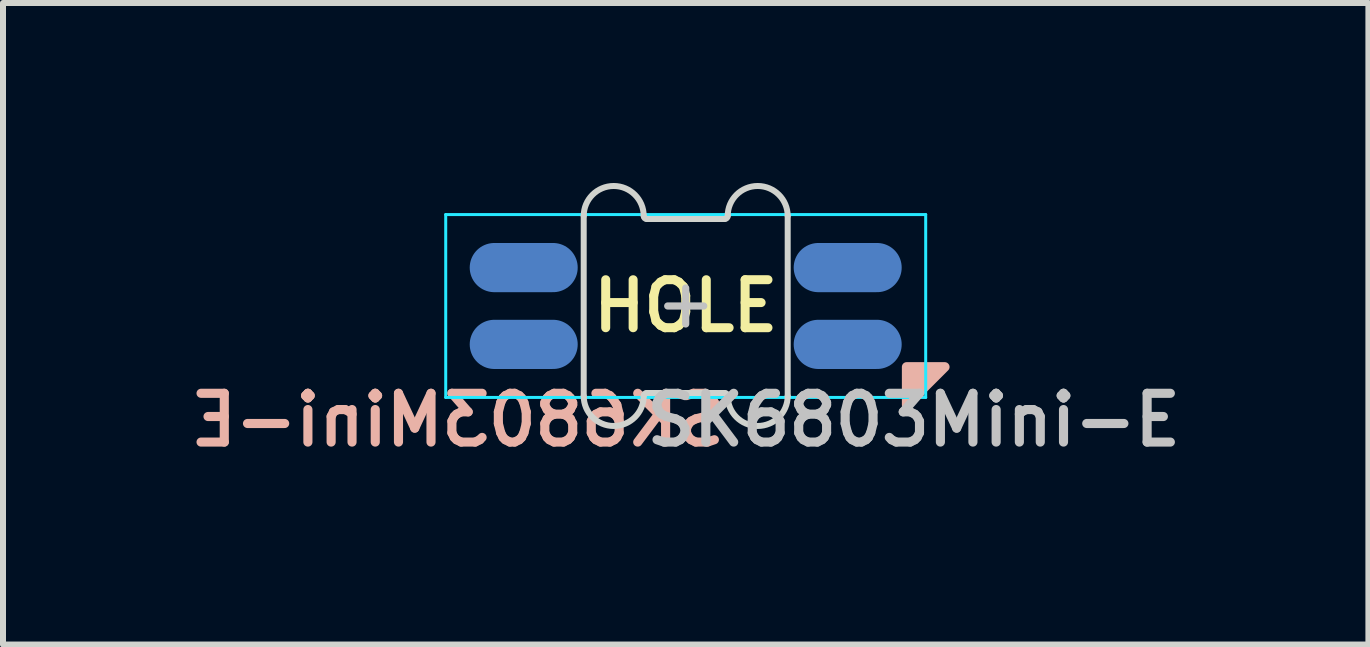
<source format=kicad_pcb>
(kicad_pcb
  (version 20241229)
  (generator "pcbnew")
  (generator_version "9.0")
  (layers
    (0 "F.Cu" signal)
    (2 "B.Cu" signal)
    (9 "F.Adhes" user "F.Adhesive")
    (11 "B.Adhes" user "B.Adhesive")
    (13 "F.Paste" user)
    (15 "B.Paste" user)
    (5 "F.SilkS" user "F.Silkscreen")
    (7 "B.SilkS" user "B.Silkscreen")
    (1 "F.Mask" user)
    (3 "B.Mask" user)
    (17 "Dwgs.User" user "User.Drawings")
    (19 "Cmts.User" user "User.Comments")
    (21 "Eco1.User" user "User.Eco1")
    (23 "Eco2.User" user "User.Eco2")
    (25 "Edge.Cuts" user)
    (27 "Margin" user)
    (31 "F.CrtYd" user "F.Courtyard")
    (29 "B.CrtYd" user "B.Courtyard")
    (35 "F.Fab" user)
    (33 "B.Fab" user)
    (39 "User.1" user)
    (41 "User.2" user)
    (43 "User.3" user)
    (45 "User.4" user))
  (footprint "SK6803Mini-E"
    (layer "F.Cu")
    (at 8.379 2.05)
    (property "Reference" "SK6803Mini-E" (at 3.8 1.9 180) (layer "Dwgs.User") (effects (font (size 0.813 0.813) (thickness 0.152))))
    (fp_poly (pts (xy 3.683 1.651) (xy 3.683 1.016) (xy 4.318 1.016)) (stroke (width 0.16) (type solid)) (fill yes) (layer "B.SilkS"))
    (fp_line (start -0.3 0) (end 0.3 0) (stroke (width 0.12) (type solid)) (layer "Dwgs.User"))
    (fp_line (start 0 0.3) (end 0 -0.3) (stroke (width 0.12) (type solid)) (layer "Dwgs.User"))
    (fp_line (start -1.7 -1.5) (end -1.7 1.5) (stroke (width 0.1) (type solid)) (layer "Edge.Cuts"))
    (fp_line (start -0.65 -1.45) (end 0.65 -1.45) (stroke (width 0.1) (type solid)) (layer "Edge.Cuts"))
    (fp_line (start -0.65 1.45) (end 0.65 1.45) (stroke (width 0.1) (type solid)) (layer "Edge.Cuts"))
    (fp_line (start 1.7 1.5) (end 1.7 -1.5) (stroke (width 0.1) (type solid)) (layer "Edge.Cuts"))
    (fp_arc (start -1.7 -1.5) (mid -1.2 -2) (end -0.7 -1.5) (stroke (width 0.1) (type solid)) (layer "Edge.Cuts"))
    (fp_arc (start -0.7 1.5) (mid -1.2 2) (end -1.7 1.5) (stroke (width 0.1) (type solid)) (layer "Edge.Cuts"))
    (fp_arc (start -0.7 1.5) (mid -0.685355 1.464645) (end -0.65 1.45) (stroke (width 0.1) (type solid)) (layer "Edge.Cuts"))
    (fp_arc (start -0.65 -1.45) (mid -0.685355 -1.464645) (end -0.7 -1.5) (stroke (width 0.1) (type solid)) (layer "Edge.Cuts"))
    (fp_arc (start 0.65 1.45) (mid 0.685355 1.464645) (end 0.7 1.5) (stroke (width 0.1) (type solid)) (layer "Edge.Cuts"))
    (fp_arc (start 0.7 -1.5) (mid 0.685355 -1.464645) (end 0.65 -1.45) (stroke (width 0.1) (type solid)) (layer "Edge.Cuts"))
    (fp_arc (start 0.7 -1.5) (mid 1.2 -2) (end 1.7 -1.5) (stroke (width 0.1) (type solid)) (layer "Edge.Cuts"))
    (fp_arc (start 1.7 1.5) (mid 1.2 2) (end 0.7 1.5) (stroke (width 0.1) (type solid)) (layer "Edge.Cuts"))
    (fp_line (start -4 -1.524) (end 4 -1.524) (stroke (width 0.05) (type solid)) (layer "B.CrtYd"))
    (fp_line (start -4 1.524) (end -4 -1.524) (stroke (width 0.05) (type solid)) (layer "B.CrtYd"))
    (fp_line (start 4 -1.524) (end 4 1.524) (stroke (width 0.05) (type solid)) (layer "B.CrtYd"))
    (fp_line (start 4 1.524) (end -4 1.524) (stroke (width 0.05) (type solid)) (layer "B.CrtYd"))
    (fp_text user "HOLE" (at 0 0 0) (layer "F.SilkS") (effects (font (size 0.8 0.8) (thickness 0.15))))
    (fp_text user "${REFERENCE}" (at -3.8 1.9 0) (layer "B.SilkS") (effects (font (size 0.813 0.813) (thickness 0.152)) (justify mirror)))
    (pad "1" smd oval (at 2.7 0.64) (size 1.8 0.82) (layers "B.Cu" "B.Mask" "B.Paste"))
    (pad "2" smd oval (at 2.7 -0.64) (size 1.8 0.82) (layers "B.Cu" "B.Mask" "B.Paste"))
    (pad "3" smd oval (at -2.7 -0.64) (size 1.8 0.82) (layers "B.Cu" "B.Mask" "B.Paste"))
    (pad "4" smd oval (at -2.7 0.64) (size 1.8 0.82) (layers "B.Cu" "B.Mask" "B.Paste")))
  (gr_rect
    (start -3 -3)
    (end 19.758 7.693)
    (stroke (width 0.1) (type default))
    (fill no)
    (layer "Edge.Cuts")))
</source>
